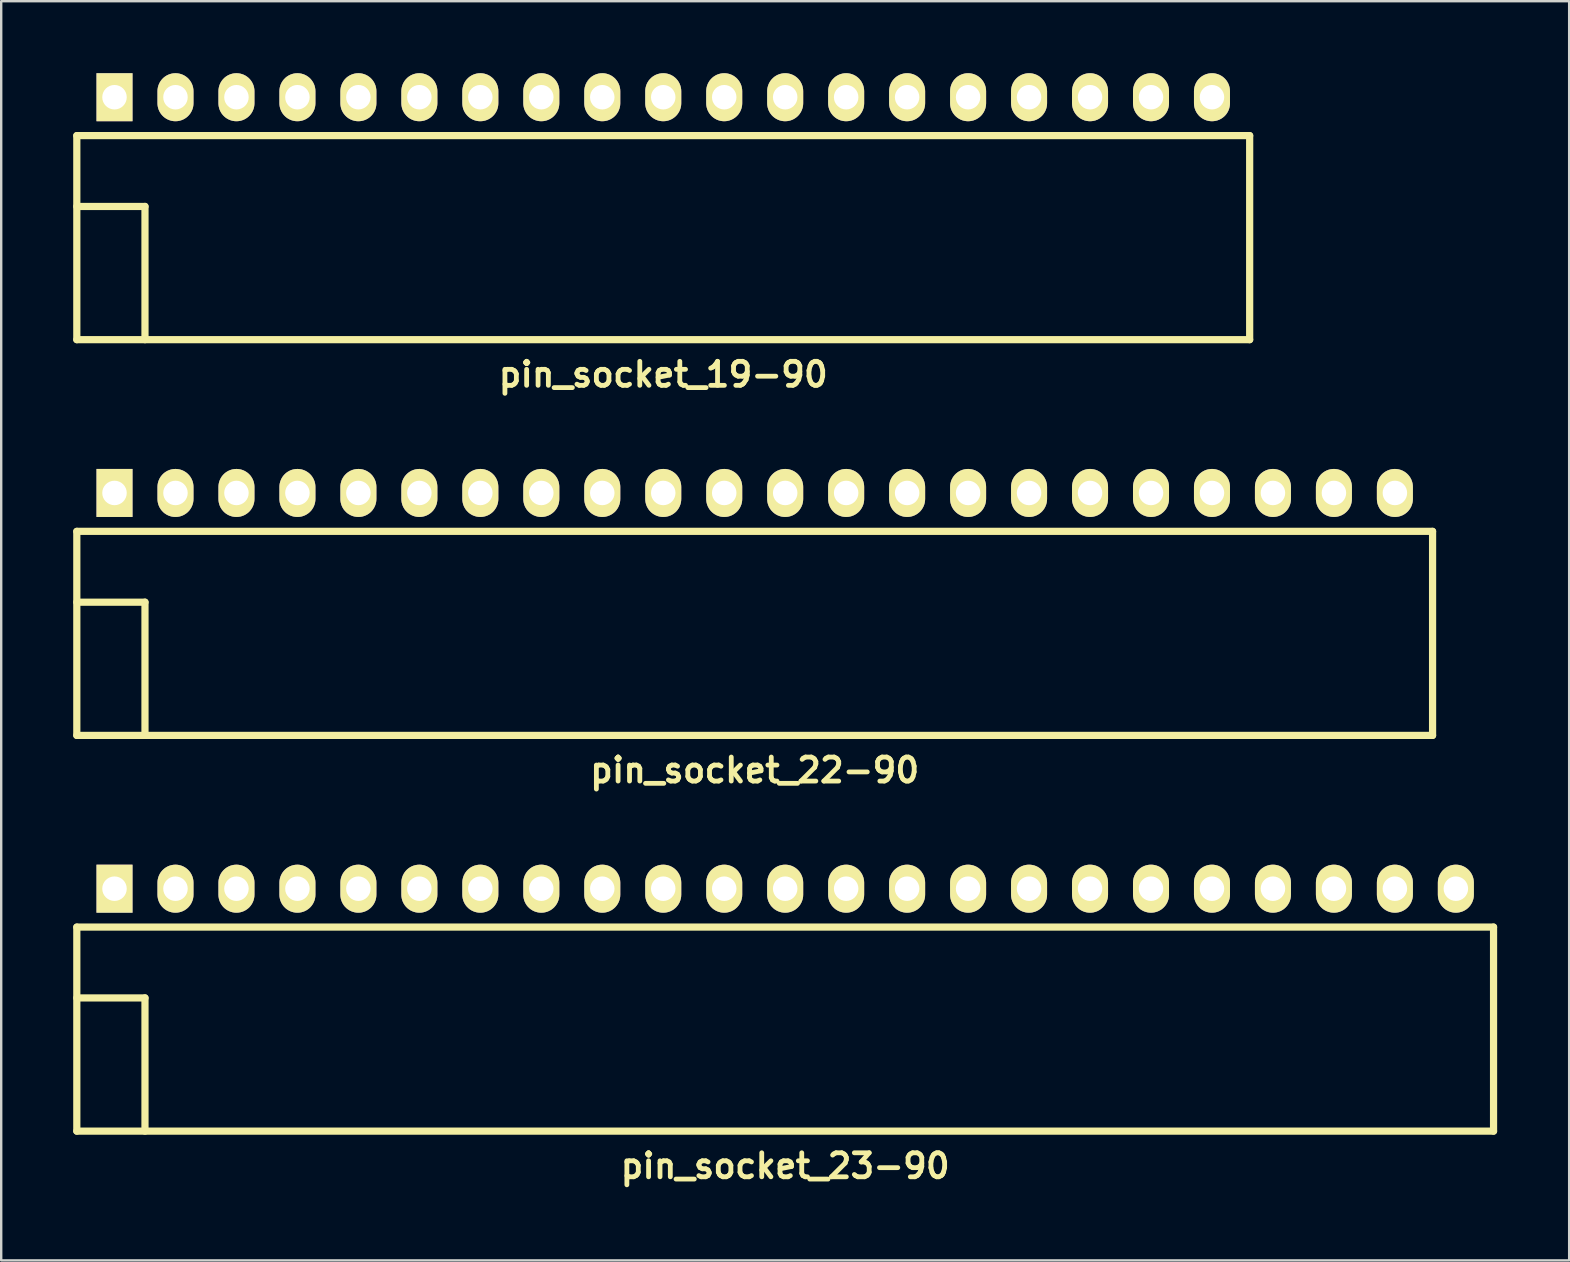
<source format=kicad_pcb>
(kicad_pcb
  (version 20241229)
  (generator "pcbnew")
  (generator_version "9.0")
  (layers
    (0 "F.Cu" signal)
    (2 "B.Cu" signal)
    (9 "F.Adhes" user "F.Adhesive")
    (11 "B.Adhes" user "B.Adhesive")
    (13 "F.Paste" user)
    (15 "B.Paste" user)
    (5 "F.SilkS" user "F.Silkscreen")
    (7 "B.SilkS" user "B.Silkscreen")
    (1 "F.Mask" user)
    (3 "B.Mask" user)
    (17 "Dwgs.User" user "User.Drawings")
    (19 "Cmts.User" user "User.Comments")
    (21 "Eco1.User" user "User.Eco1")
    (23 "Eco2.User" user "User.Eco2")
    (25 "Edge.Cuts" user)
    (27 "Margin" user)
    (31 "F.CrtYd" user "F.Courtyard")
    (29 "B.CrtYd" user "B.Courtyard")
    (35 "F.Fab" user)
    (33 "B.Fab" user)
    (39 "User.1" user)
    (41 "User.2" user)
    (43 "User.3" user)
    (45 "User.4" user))
  (footprint "pin_socket_23-90"
    (layer "F.Cu")
    (at 29.66 38.522)
    (property "Reference" "pin_socket_23-90" (at 0 7 0) (layer "F.SilkS") (effects (font (size 1 1) (thickness 0.2))))
    (attr through_hole)
    (fp_line (start -29.51 -2.95) (end -29.51 5.55) (stroke (width 0.3) (type solid)) (layer "F.SilkS"))
    (fp_line (start -29.51 -2.95) (end 29.51 -2.95) (stroke (width 0.3) (type solid)) (layer "F.SilkS"))
    (fp_line (start -29.51 0) (end -26.67 0) (stroke (width 0.3) (type solid)) (layer "F.SilkS"))
    (fp_line (start -29.51 5.55) (end 29.51 5.55) (stroke (width 0.3) (type solid)) (layer "F.SilkS"))
    (fp_line (start -26.67 0) (end -26.67 5.55) (stroke (width 0.3) (type solid)) (layer "F.SilkS"))
    (fp_line (start 29.51 -2.95) (end 29.51 5.55) (stroke (width 0.3) (type solid)) (layer "F.SilkS"))
    (pad "1" thru_hole rect (at -27.94 -4.55) (size 1.5 2) (drill 1.02) (layers "*.Cu" "*.Mask" "F.SilkS"))
    (pad "2" thru_hole oval (at -25.4 -4.55) (size 1.5 2) (drill 1.02) (layers "*.Cu" "*.Mask" "F.SilkS"))
    (pad "3" thru_hole oval (at -22.86 -4.55) (size 1.5 2) (drill 1.02) (layers "*.Cu" "*.Mask" "F.SilkS"))
    (pad "4" thru_hole oval (at -20.32 -4.55) (size 1.5 2) (drill 1.02) (layers "*.Cu" "*.Mask" "F.SilkS"))
    (pad "5" thru_hole oval (at -17.78 -4.55) (size 1.5 2) (drill 1.02) (layers "*.Cu" "*.Mask" "F.SilkS"))
    (pad "6" thru_hole oval (at -15.24 -4.55) (size 1.5 2) (drill 1.02) (layers "*.Cu" "*.Mask" "F.SilkS"))
    (pad "7" thru_hole oval (at -12.7 -4.55) (size 1.5 2) (drill 1.02) (layers "*.Cu" "*.Mask" "F.SilkS"))
    (pad "8" thru_hole oval (at -10.16 -4.55) (size 1.5 2) (drill 1.02) (layers "*.Cu" "*.Mask" "F.SilkS"))
    (pad "9" thru_hole oval (at -7.62 -4.55) (size 1.5 2) (drill 1.02) (layers "*.Cu" "*.Mask" "F.SilkS"))
    (pad "10" thru_hole oval (at -5.08 -4.55) (size 1.5 2) (drill 1.02) (layers "*.Cu" "*.Mask" "F.SilkS"))
    (pad "12" thru_hole oval (at 0 -4.55) (size 1.5 2) (drill 1.02) (layers "*.Cu" "*.Mask" "F.SilkS"))
    (pad "13" thru_hole oval (at 2.54 -4.55) (size 1.5 2) (drill 1.02) (layers "*.Cu" "*.Mask" "F.SilkS"))
    (pad "14" thru_hole oval (at 5.08 -4.55) (size 1.5 2) (drill 1.02) (layers "*.Cu" "*.Mask" "F.SilkS"))
    (pad "15" thru_hole oval (at 7.62 -4.55) (size 1.5 2) (drill 1.02) (layers "*.Cu" "*.Mask" "F.SilkS"))
    (pad "16" thru_hole oval (at 10.16 -4.55) (size 1.5 2) (drill 1.02) (layers "*.Cu" "*.Mask" "F.SilkS"))
    (pad "17" thru_hole oval (at 12.7 -4.55) (size 1.5 2) (drill 1.02) (layers "*.Cu" "*.Mask" "F.SilkS"))
    (pad "18" thru_hole oval (at 15.24 -4.55) (size 1.5 2) (drill 1.02) (layers "*.Cu" "*.Mask" "F.SilkS"))
    (pad "19" thru_hole oval (at 17.78 -4.55) (size 1.5 2) (drill 1.02) (layers "*.Cu" "*.Mask" "F.SilkS"))
    (pad "20" thru_hole oval (at 20.32 -4.55) (size 1.5 2) (drill 1.02) (layers "*.Cu" "*.Mask" "F.SilkS"))
    (pad "21" thru_hole oval (at 22.86 -4.55) (size 1.5 2) (drill 1.02) (layers "*.Cu" "*.Mask" "F.SilkS"))
    (pad "22" thru_hole oval (at 25.4 -4.55) (size 1.5 2) (drill 1.02) (layers "*.Cu" "*.Mask" "F.SilkS"))
    (pad "23" thru_hole oval (at 27.94 -4.55) (size 1.5 2) (drill 1.02) (layers "*.Cu" "*.Mask" "F.SilkS"))
    (pad "1121" thru_hole oval (at -2.54 -4.55) (size 1.5 2) (drill 1.02) (layers "*.Cu" "*.Mask" "F.SilkS")))
  (footprint "pin_socket_19-90"
    (layer "F.Cu")
    (at 24.58 5.55)
    (property "Reference" "pin_socket_19-90" (at 0 7 0) (layer "F.SilkS") (effects (font (size 1 1) (thickness 0.2))))
    (attr through_hole)
    (fp_line (start -24.43 -2.95) (end -24.43 5.55) (stroke (width 0.3) (type solid)) (layer "F.SilkS"))
    (fp_line (start -24.43 -2.95) (end 24.43 -2.95) (stroke (width 0.3) (type solid)) (layer "F.SilkS"))
    (fp_line (start -24.43 0) (end -21.59 0) (stroke (width 0.3) (type solid)) (layer "F.SilkS"))
    (fp_line (start -24.43 5.55) (end 24.43 5.55) (stroke (width 0.3) (type solid)) (layer "F.SilkS"))
    (fp_line (start -21.59 0) (end -21.59 5.55) (stroke (width 0.3) (type solid)) (layer "F.SilkS"))
    (fp_line (start 24.43 -2.95) (end 24.43 5.55) (stroke (width 0.3) (type solid)) (layer "F.SilkS"))
    (pad "1" thru_hole rect (at -22.86 -4.55) (size 1.5 2) (drill 1.02) (layers "*.Cu" "*.Mask" "F.SilkS"))
    (pad "2" thru_hole oval (at -20.32 -4.55) (size 1.5 2) (drill 1.02) (layers "*.Cu" "*.Mask" "F.SilkS"))
    (pad "3" thru_hole oval (at -17.78 -4.55) (size 1.5 2) (drill 1.02) (layers "*.Cu" "*.Mask" "F.SilkS"))
    (pad "4" thru_hole oval (at -15.24 -4.55) (size 1.5 2) (drill 1.02) (layers "*.Cu" "*.Mask" "F.SilkS"))
    (pad "5" thru_hole oval (at -12.7 -4.55) (size 1.5 2) (drill 1.02) (layers "*.Cu" "*.Mask" "F.SilkS"))
    (pad "6" thru_hole oval (at -10.16 -4.55) (size 1.5 2) (drill 1.02) (layers "*.Cu" "*.Mask" "F.SilkS"))
    (pad "7" thru_hole oval (at -7.62 -4.55) (size 1.5 2) (drill 1.02) (layers "*.Cu" "*.Mask" "F.SilkS"))
    (pad "8" thru_hole oval (at -5.08 -4.55) (size 1.5 2) (drill 1.02) (layers "*.Cu" "*.Mask" "F.SilkS"))
    (pad "9" thru_hole oval (at -2.54 -4.55) (size 1.5 2) (drill 1.02) (layers "*.Cu" "*.Mask" "F.SilkS"))
    (pad "10" thru_hole oval (at 0 -4.55) (size 1.5 2) (drill 1.02) (layers "*.Cu" "*.Mask" "F.SilkS"))
    (pad "12" thru_hole oval (at 5.08 -4.55) (size 1.5 2) (drill 1.02) (layers "*.Cu" "*.Mask" "F.SilkS"))
    (pad "13" thru_hole oval (at 7.62 -4.55) (size 1.5 2) (drill 1.02) (layers "*.Cu" "*.Mask" "F.SilkS"))
    (pad "14" thru_hole oval (at 10.16 -4.55) (size 1.5 2) (drill 1.02) (layers "*.Cu" "*.Mask" "F.SilkS"))
    (pad "15" thru_hole oval (at 12.7 -4.55) (size 1.5 2) (drill 1.02) (layers "*.Cu" "*.Mask" "F.SilkS"))
    (pad "16" thru_hole oval (at 15.24 -4.55) (size 1.5 2) (drill 1.02) (layers "*.Cu" "*.Mask" "F.SilkS"))
    (pad "17" thru_hole oval (at 17.78 -4.55) (size 1.5 2) (drill 1.02) (layers "*.Cu" "*.Mask" "F.SilkS"))
    (pad "18" thru_hole oval (at 20.32 -4.55) (size 1.5 2) (drill 1.02) (layers "*.Cu" "*.Mask" "F.SilkS"))
    (pad "19" thru_hole oval (at 22.86 -4.55) (size 1.5 2) (drill 1.02) (layers "*.Cu" "*.Mask" "F.SilkS"))
    (pad "1121" thru_hole oval (at 2.54 -4.55) (size 1.5 2) (drill 1.02) (layers "*.Cu" "*.Mask" "F.SilkS")))
  (footprint "pin_socket_22-90"
    (layer "F.Cu")
    (at 28.39 22.036)
    (property "Reference" "pin_socket_22-90" (at 0 7 0) (layer "F.SilkS") (effects (font (size 1 1) (thickness 0.2))))
    (attr through_hole)
    (fp_line (start -28.24 -2.95) (end -28.24 5.55) (stroke (width 0.3) (type solid)) (layer "F.SilkS"))
    (fp_line (start -28.24 -2.95) (end 28.24 -2.95) (stroke (width 0.3) (type solid)) (layer "F.SilkS"))
    (fp_line (start -28.24 0) (end -25.4 0) (stroke (width 0.3) (type solid)) (layer "F.SilkS"))
    (fp_line (start -28.24 5.55) (end 28.24 5.55) (stroke (width 0.3) (type solid)) (layer "F.SilkS"))
    (fp_line (start -25.4 0) (end -25.4 5.55) (stroke (width 0.3) (type solid)) (layer "F.SilkS"))
    (fp_line (start 28.24 -2.95) (end 28.24 5.55) (stroke (width 0.3) (type solid)) (layer "F.SilkS"))
    (pad "1" thru_hole rect (at -26.67 -4.55) (size 1.5 2) (drill 1.02) (layers "*.Cu" "*.Mask" "F.SilkS"))
    (pad "2" thru_hole oval (at -24.13 -4.55) (size 1.5 2) (drill 1.02) (layers "*.Cu" "*.Mask" "F.SilkS"))
    (pad "3" thru_hole oval (at -21.59 -4.55) (size 1.5 2) (drill 1.02) (layers "*.Cu" "*.Mask" "F.SilkS"))
    (pad "4" thru_hole oval (at -19.05 -4.55) (size 1.5 2) (drill 1.02) (layers "*.Cu" "*.Mask" "F.SilkS"))
    (pad "5" thru_hole oval (at -16.51 -4.55) (size 1.5 2) (drill 1.02) (layers "*.Cu" "*.Mask" "F.SilkS"))
    (pad "6" thru_hole oval (at -13.97 -4.55) (size 1.5 2) (drill 1.02) (layers "*.Cu" "*.Mask" "F.SilkS"))
    (pad "7" thru_hole oval (at -11.43 -4.55) (size 1.5 2) (drill 1.02) (layers "*.Cu" "*.Mask" "F.SilkS"))
    (pad "8" thru_hole oval (at -8.89 -4.55) (size 1.5 2) (drill 1.02) (layers "*.Cu" "*.Mask" "F.SilkS"))
    (pad "9" thru_hole oval (at -6.35 -4.55) (size 1.5 2) (drill 1.02) (layers "*.Cu" "*.Mask" "F.SilkS"))
    (pad "10" thru_hole oval (at -3.81 -4.55) (size 1.5 2) (drill 1.02) (layers "*.Cu" "*.Mask" "F.SilkS"))
    (pad "12" thru_hole oval (at 1.27 -4.55) (size 1.5 2) (drill 1.02) (layers "*.Cu" "*.Mask" "F.SilkS"))
    (pad "13" thru_hole oval (at 3.81 -4.55) (size 1.5 2) (drill 1.02) (layers "*.Cu" "*.Mask" "F.SilkS"))
    (pad "14" thru_hole oval (at 6.35 -4.55) (size 1.5 2) (drill 1.02) (layers "*.Cu" "*.Mask" "F.SilkS"))
    (pad "15" thru_hole oval (at 8.89 -4.55) (size 1.5 2) (drill 1.02) (layers "*.Cu" "*.Mask" "F.SilkS"))
    (pad "16" thru_hole oval (at 11.43 -4.55) (size 1.5 2) (drill 1.02) (layers "*.Cu" "*.Mask" "F.SilkS"))
    (pad "17" thru_hole oval (at 13.97 -4.55) (size 1.5 2) (drill 1.02) (layers "*.Cu" "*.Mask" "F.SilkS"))
    (pad "18" thru_hole oval (at 16.51 -4.55) (size 1.5 2) (drill 1.02) (layers "*.Cu" "*.Mask" "F.SilkS"))
    (pad "19" thru_hole oval (at 19.05 -4.55) (size 1.5 2) (drill 1.02) (layers "*.Cu" "*.Mask" "F.SilkS"))
    (pad "20" thru_hole oval (at 21.59 -4.55) (size 1.5 2) (drill 1.02) (layers "*.Cu" "*.Mask" "F.SilkS"))
    (pad "21" thru_hole oval (at 24.13 -4.55) (size 1.5 2) (drill 1.02) (layers "*.Cu" "*.Mask" "F.SilkS"))
    (pad "22" thru_hole oval (at 26.67 -4.55) (size 1.5 2) (drill 1.02) (layers "*.Cu" "*.Mask" "F.SilkS"))
    (pad "1121" thru_hole oval (at -1.27 -4.55) (size 1.5 2) (drill 1.02) (layers "*.Cu" "*.Mask" "F.SilkS")))
  (gr_rect
    (start -3 -3)
    (end 62.32 49.458)
    (stroke (width 0.1) (type default))
    (fill no)
    (layer "Edge.Cuts")))
</source>
